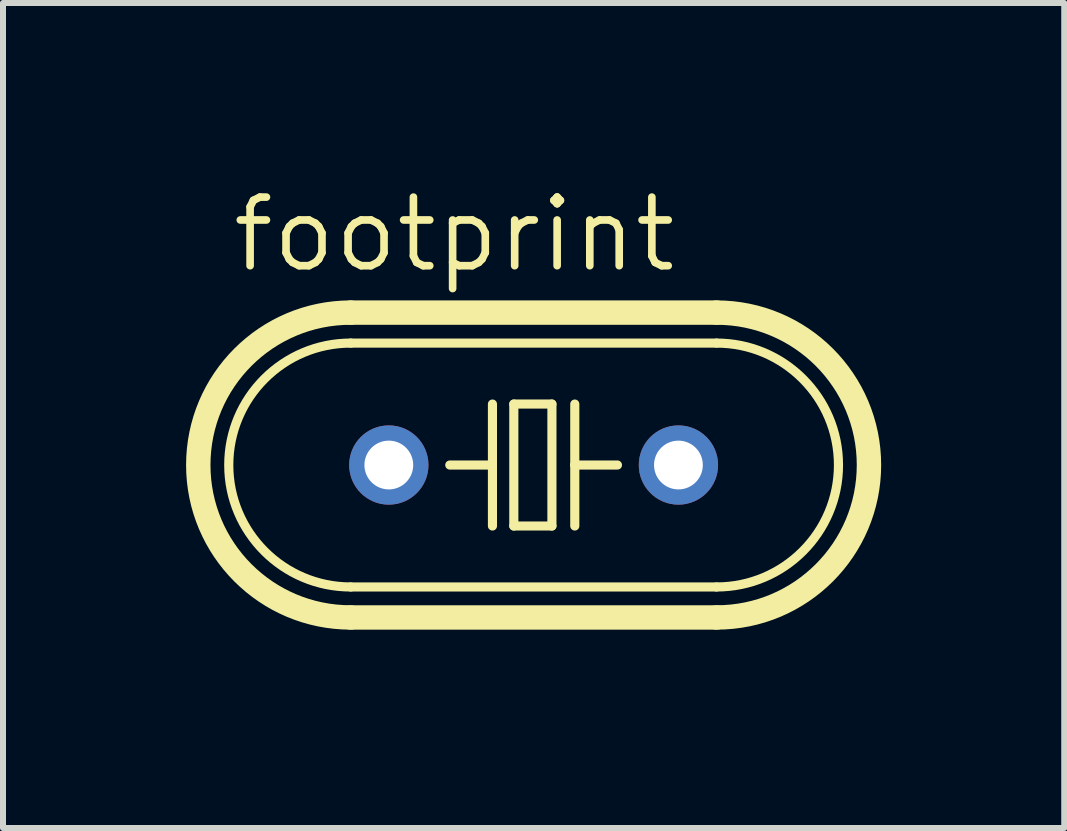
<source format=kicad_pcb>
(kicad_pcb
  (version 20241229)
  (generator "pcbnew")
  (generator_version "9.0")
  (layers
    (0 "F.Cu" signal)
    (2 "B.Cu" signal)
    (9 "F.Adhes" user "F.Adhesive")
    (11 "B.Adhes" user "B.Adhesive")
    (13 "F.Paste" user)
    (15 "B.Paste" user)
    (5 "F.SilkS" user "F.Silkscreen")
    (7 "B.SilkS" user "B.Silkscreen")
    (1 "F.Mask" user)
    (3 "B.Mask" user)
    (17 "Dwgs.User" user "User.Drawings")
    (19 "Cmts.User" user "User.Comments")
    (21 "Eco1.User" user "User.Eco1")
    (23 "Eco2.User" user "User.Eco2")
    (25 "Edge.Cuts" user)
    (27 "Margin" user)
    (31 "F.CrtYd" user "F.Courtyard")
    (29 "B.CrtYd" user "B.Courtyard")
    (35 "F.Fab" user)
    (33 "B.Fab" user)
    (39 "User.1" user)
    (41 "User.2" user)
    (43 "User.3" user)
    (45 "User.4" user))
  (footprint "footprint"
    (layer "F.Cu")
    (at 5.842 4.699)
    (property "Reference" "footprint" (at -5.08 -3.175 0) (layer "F.SilkS") (effects (font (size 1.143 1.143) (thickness 0.127)) (justify left bottom)))
    (fp_line (start -3.048 -2.54) (end 3.048 -2.54) (stroke (width 0.406) (type solid)) (layer "F.SilkS"))
    (fp_line (start -3.048 2.032) (end 3.048 2.032) (stroke (width 0.152) (type solid)) (layer "F.SilkS"))
    (fp_line (start -3.048 2.54) (end 3.048 2.54) (stroke (width 0.406) (type solid)) (layer "F.SilkS"))
    (fp_line (start -0.686 -1.016) (end -0.686 0) (stroke (width 0.152) (type solid)) (layer "F.SilkS"))
    (fp_line (start -0.686 0) (end -1.397 0) (stroke (width 0.152) (type solid)) (layer "F.SilkS"))
    (fp_line (start -0.686 0) (end -0.686 1.016) (stroke (width 0.152) (type solid)) (layer "F.SilkS"))
    (fp_line (start -0.33 -1.016) (end -0.33 1.016) (stroke (width 0.152) (type solid)) (layer "F.SilkS"))
    (fp_line (start -0.33 1.016) (end 0.305 1.016) (stroke (width 0.152) (type solid)) (layer "F.SilkS"))
    (fp_line (start 0.305 -1.016) (end -0.33 -1.016) (stroke (width 0.152) (type solid)) (layer "F.SilkS"))
    (fp_line (start 0.305 1.016) (end 0.305 -1.016) (stroke (width 0.152) (type solid)) (layer "F.SilkS"))
    (fp_line (start 0.686 -1.016) (end 0.686 0) (stroke (width 0.152) (type solid)) (layer "F.SilkS"))
    (fp_line (start 0.686 0) (end 0.686 1.016) (stroke (width 0.152) (type solid)) (layer "F.SilkS"))
    (fp_line (start 0.686 0) (end 1.397 0) (stroke (width 0.152) (type solid)) (layer "F.SilkS"))
    (fp_line (start 3.048 -2.032) (end -3.048 -2.032) (stroke (width 0.152) (type solid)) (layer "F.SilkS"))
    (fp_arc (start -3.048 2.032) (mid -5.08 0) (end -3.048 -2.032) (stroke (width 0.1524) (type solid)) (layer "F.SilkS"))
    (fp_arc (start -3.048 2.54) (mid -5.588 0) (end -3.048 -2.54) (stroke (width 0.4064) (type solid)) (layer "F.SilkS"))
    (fp_arc (start 3.048 -2.54) (mid 5.588 0) (end 3.048 2.54) (stroke (width 0.4064) (type solid)) (layer "F.SilkS"))
    (fp_arc (start 3.048 -2.032) (mid 5.08 0) (end 3.048 2.032) (stroke (width 0.1524) (type solid)) (layer "F.SilkS"))
    (pad "1" thru_hole circle (at -2.413 0) (size 1.321 1.321) (drill 0.813) (layers "*.Cu" "*.Mask"))
    (pad "2" thru_hole circle (at 2.413 0) (size 1.321 1.321) (drill 0.813) (layers "*.Cu" "*.Mask"))
    (zone (net_name "") (layers "F.Cu" "B.Cu") (hatch edge 0.508) (connect_pads) (min_thickness 0.254) (filled_areas_thickness no) (keepout (tracks allowed) (vias not_allowed) (pads allowed) (copperpour allowed) (footprints allowed)) (placement (enabled no)) (fill) (polygon (pts (xy 0 5.969) (xy 0.254 5.969) (xy 0.254 3.429) (xy 0 3.429))))
    (zone (net_name "") (layers "F.Cu" "B.Cu") (hatch edge 0.508) (connect_pads) (min_thickness 0.254) (filled_areas_thickness no) (keepout (tracks allowed) (vias not_allowed) (pads allowed) (copperpour allowed) (footprints allowed)) (placement (enabled no)) (fill) (polygon (pts (xy 0.254 6.731) (xy 0.762 6.731) (xy 0.762 2.667) (xy 0.254 2.667))))
    (zone (net_name "") (layers "F.Cu" "B.Cu") (hatch edge 0.508) (connect_pads) (min_thickness 0.254) (filled_areas_thickness no) (keepout (tracks allowed) (vias not_allowed) (pads allowed) (copperpour allowed) (footprints allowed)) (placement (enabled no)) (fill) (polygon (pts (xy 0.762 7.239) (xy 1.27 7.239) (xy 1.27 2.159) (xy 0.762 2.159))))
    (zone (net_name "") (layers "F.Cu" "B.Cu") (hatch edge 0.508) (connect_pads) (min_thickness 0.254) (filled_areas_thickness no) (keepout (tracks allowed) (vias not_allowed) (pads allowed) (copperpour allowed) (footprints allowed)) (placement (enabled no)) (fill) (polygon (pts (xy 1.27 7.493) (xy 1.778 7.493) (xy 1.778 1.905) (xy 1.27 1.905))))
    (zone (net_name "") (layers "F.Cu" "B.Cu") (hatch edge 0.508) (connect_pads) (min_thickness 0.254) (filled_areas_thickness no) (keepout (tracks allowed) (vias not_allowed) (pads allowed) (copperpour allowed) (footprints allowed)) (placement (enabled no)) (fill) (polygon (pts (xy 1.778 7.747) (xy 9.906 7.747) (xy 9.906 1.651) (xy 1.778 1.651))))
    (zone (net_name "") (layers "F.Cu" "B.Cu") (hatch edge 0.508) (connect_pads) (min_thickness 0.254) (filled_areas_thickness no) (keepout (tracks allowed) (vias not_allowed) (pads allowed) (copperpour allowed) (footprints allowed)) (placement (enabled no)) (fill) (polygon (pts (xy 9.906 7.493) (xy 10.414 7.493) (xy 10.414 1.905) (xy 9.906 1.905))))
    (zone (net_name "") (layers "F.Cu" "B.Cu") (hatch edge 0.508) (connect_pads) (min_thickness 0.254) (filled_areas_thickness no) (keepout (tracks allowed) (vias not_allowed) (pads allowed) (copperpour allowed) (footprints allowed)) (placement (enabled no)) (fill) (polygon (pts (xy 10.414 7.239) (xy 10.922 7.239) (xy 10.922 2.159) (xy 10.414 2.159))))
    (zone (net_name "") (layers "F.Cu" "B.Cu") (hatch edge 0.508) (connect_pads) (min_thickness 0.254) (filled_areas_thickness no) (keepout (tracks allowed) (vias not_allowed) (pads allowed) (copperpour allowed) (footprints allowed)) (placement (enabled no)) (fill) (polygon (pts (xy 10.922 6.731) (xy 11.43 6.731) (xy 11.43 2.667) (xy 10.922 2.667))))
    (zone (net_name "") (layers "F.Cu" "B.Cu") (hatch edge 0.508) (connect_pads) (min_thickness 0.254) (filled_areas_thickness no) (keepout (tracks allowed) (vias not_allowed) (pads allowed) (copperpour allowed) (footprints allowed)) (placement (enabled no)) (fill) (polygon (pts (xy 11.43 5.969) (xy 11.684 5.969) (xy 11.684 3.429) (xy 11.43 3.429)))))
  (gr_rect
    (start -3 -3)
    (end 14.684 10.747)
    (stroke (width 0.1) (type default))
    (fill no)
    (layer "Edge.Cuts")))
</source>
